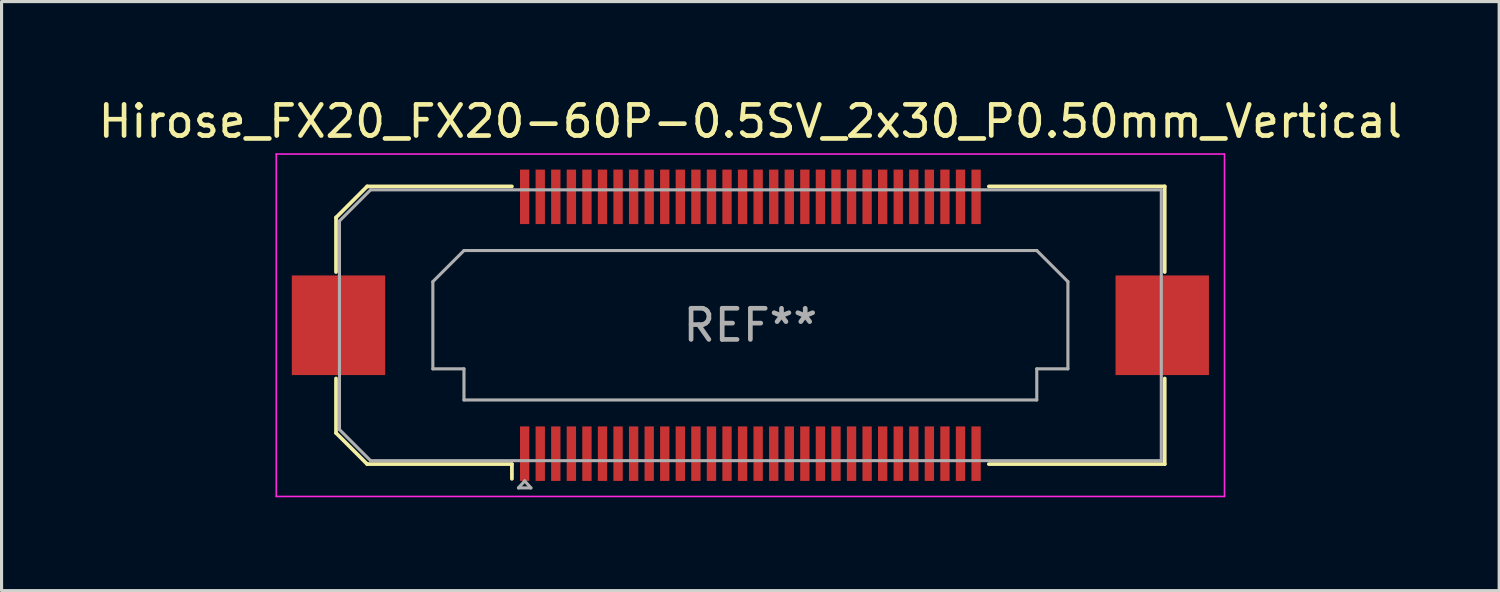
<source format=kicad_pcb>
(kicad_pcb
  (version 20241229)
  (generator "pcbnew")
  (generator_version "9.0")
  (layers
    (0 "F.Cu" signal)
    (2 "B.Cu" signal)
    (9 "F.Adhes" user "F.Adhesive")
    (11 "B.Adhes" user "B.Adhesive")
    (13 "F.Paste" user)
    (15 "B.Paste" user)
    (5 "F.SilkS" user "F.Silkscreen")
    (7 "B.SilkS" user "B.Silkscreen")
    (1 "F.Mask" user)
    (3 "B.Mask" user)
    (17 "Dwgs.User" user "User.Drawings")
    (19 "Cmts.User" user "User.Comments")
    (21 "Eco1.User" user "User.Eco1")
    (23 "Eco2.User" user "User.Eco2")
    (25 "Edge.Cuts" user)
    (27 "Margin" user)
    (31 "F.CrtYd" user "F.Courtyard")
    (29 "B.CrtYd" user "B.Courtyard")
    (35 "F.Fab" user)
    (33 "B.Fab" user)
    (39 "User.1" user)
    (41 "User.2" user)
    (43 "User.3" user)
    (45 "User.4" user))
  (footprint "Hirose_FX20_FX20-60P-0.5SV_2x30_P0.50mm_Vertical"
    (layer "F.Cu")
    (at 21.054 7.398)
    (property "Reference" "Hirose_FX20_FX20-60P-0.5SV_2x30_P0.50mm_Vertical" (at 0 -6.55 0) (layer "F.SilkS") (effects (font (size 1 1) (thickness 0.15))))
    (attr smd)
    (fp_line (start -13.31 -3.46) (end -12.31 -4.46) (stroke (width 0.12) (type solid)) (layer "F.SilkS"))
    (fp_line (start -13.31 -1.71) (end -13.31 -3.46) (stroke (width 0.12) (type solid)) (layer "F.SilkS"))
    (fp_line (start -13.31 3.46) (end -13.31 1.71) (stroke (width 0.12) (type solid)) (layer "F.SilkS"))
    (fp_line (start -12.31 -4.46) (end -7.66 -4.46) (stroke (width 0.12) (type solid)) (layer "F.SilkS"))
    (fp_line (start -12.31 4.46) (end -13.31 3.46) (stroke (width 0.12) (type solid)) (layer "F.SilkS"))
    (fp_line (start -7.66 4.46) (end -12.31 4.46) (stroke (width 0.12) (type solid)) (layer "F.SilkS"))
    (fp_line (start -7.66 4.933) (end -7.66 4.46) (stroke (width 0.12) (type solid)) (layer "F.SilkS"))
    (fp_line (start 7.66 4.46) (end 13.31 4.46) (stroke (width 0.12) (type solid)) (layer "F.SilkS"))
    (fp_line (start 13.31 -4.46) (end 7.66 -4.46) (stroke (width 0.12) (type solid)) (layer "F.SilkS"))
    (fp_line (start 13.31 -1.71) (end 13.31 -4.46) (stroke (width 0.12) (type solid)) (layer "F.SilkS"))
    (fp_line (start 13.31 4.46) (end 13.31 1.71) (stroke (width 0.12) (type solid)) (layer "F.SilkS"))
    (fp_line (start -15.23 -5.5) (end -15.23 5.5) (stroke (width 0.05) (type solid)) (layer "F.CrtYd"))
    (fp_line (start -15.23 5.5) (end 15.23 5.5) (stroke (width 0.05) (type solid)) (layer "F.CrtYd"))
    (fp_line (start 15.23 -5.5) (end -15.23 -5.5) (stroke (width 0.05) (type solid)) (layer "F.CrtYd"))
    (fp_line (start 15.23 5.5) (end 15.23 -5.5) (stroke (width 0.05) (type solid)) (layer "F.CrtYd"))
    (fp_line (start -13.2 -3.35) (end -12.2 -4.35) (stroke (width 0.1) (type solid)) (layer "F.Fab"))
    (fp_line (start -13.2 3.35) (end -13.2 -3.35) (stroke (width 0.1) (type solid)) (layer "F.Fab"))
    (fp_line (start -12.2 -4.35) (end 13.2 -4.35) (stroke (width 0.1) (type solid)) (layer "F.Fab"))
    (fp_line (start -12.2 4.35) (end -13.2 3.35) (stroke (width 0.1) (type solid)) (layer "F.Fab"))
    (fp_line (start -10.2 -1.4) (end -9.2 -2.4) (stroke (width 0.1) (type solid)) (layer "F.Fab"))
    (fp_line (start -10.2 1.4) (end -10.2 -1.4) (stroke (width 0.1) (type solid)) (layer "F.Fab"))
    (fp_line (start -9.2 -2.4) (end 9.2 -2.4) (stroke (width 0.1) (type solid)) (layer "F.Fab"))
    (fp_line (start -9.2 1.4) (end -10.2 1.4) (stroke (width 0.1) (type solid)) (layer "F.Fab"))
    (fp_line (start -9.2 2.4) (end -9.2 1.4) (stroke (width 0.1) (type solid)) (layer "F.Fab"))
    (fp_line (start -7.45 5.225) (end -7.25 5) (stroke (width 0.1) (type solid)) (layer "F.Fab"))
    (fp_line (start -7.25 5) (end -7.05 5.225) (stroke (width 0.1) (type solid)) (layer "F.Fab"))
    (fp_line (start -7.05 5.225) (end -7.45 5.225) (stroke (width 0.1) (type solid)) (layer "F.Fab"))
    (fp_line (start 9.2 -2.4) (end 10.2 -1.4) (stroke (width 0.1) (type solid)) (layer "F.Fab"))
    (fp_line (start 9.2 1.4) (end 9.2 2.4) (stroke (width 0.1) (type solid)) (layer "F.Fab"))
    (fp_line (start 9.2 2.4) (end -9.2 2.4) (stroke (width 0.1) (type solid)) (layer "F.Fab"))
    (fp_line (start 10.2 -1.4) (end 10.2 1.4) (stroke (width 0.1) (type solid)) (layer "F.Fab"))
    (fp_line (start 10.2 1.4) (end 9.2 1.4) (stroke (width 0.1) (type solid)) (layer "F.Fab"))
    (fp_line (start 13.2 -4.35) (end 13.2 4.35) (stroke (width 0.1) (type solid)) (layer "F.Fab"))
    (fp_line (start 13.2 4.35) (end -12.2 4.35) (stroke (width 0.1) (type solid)) (layer "F.Fab"))
    (fp_text user "REF**" (at 0 0 0) (layer "F.Fab") (effects (font (size 1 1) (thickness 0.15))))
    (pad "" smd rect (at -13.23 0) (size 2.98 3.18) (layers "F.Paste"))
    (pad "" smd rect (at -13.23 0) (size 3 3.2) (layers "F.Cu" "F.Mask"))
    (pad "" smd rect (at -7.25 -4.325) (size 0.28 1.35) (layers "F.Paste"))
    (pad "" smd rect (at -7.25 4.325) (size 0.28 1.35) (layers "F.Paste"))
    (pad "" smd rect (at -6.75 -4.325) (size 0.28 1.35) (layers "F.Paste"))
    (pad "" smd rect (at -6.75 4.325) (size 0.28 1.35) (layers "F.Paste"))
    (pad "" smd rect (at -6.25 -4.325) (size 0.28 1.35) (layers "F.Paste"))
    (pad "" smd rect (at -6.25 4.325) (size 0.28 1.35) (layers "F.Paste"))
    (pad "" smd rect (at -5.75 -4.325) (size 0.28 1.35) (layers "F.Paste"))
    (pad "" smd rect (at -5.75 4.325) (size 0.28 1.35) (layers "F.Paste"))
    (pad "" smd rect (at -5.25 -4.325) (size 0.28 1.35) (layers "F.Paste"))
    (pad "" smd rect (at -5.25 4.325) (size 0.28 1.35) (layers "F.Paste"))
    (pad "" smd rect (at -4.75 -4.325) (size 0.28 1.35) (layers "F.Paste"))
    (pad "" smd rect (at -4.75 4.325) (size 0.28 1.35) (layers "F.Paste"))
    (pad "" smd rect (at -4.25 -4.325) (size 0.28 1.35) (layers "F.Paste"))
    (pad "" smd rect (at -4.25 4.325) (size 0.28 1.35) (layers "F.Paste"))
    (pad "" smd rect (at -3.75 -4.325) (size 0.28 1.35) (layers "F.Paste"))
    (pad "" smd rect (at -3.75 4.325) (size 0.28 1.35) (layers "F.Paste"))
    (pad "" smd rect (at -3.25 -4.325) (size 0.28 1.35) (layers "F.Paste"))
    (pad "" smd rect (at -3.25 4.325) (size 0.28 1.35) (layers "F.Paste"))
    (pad "" smd rect (at -2.75 -4.325) (size 0.28 1.35) (layers "F.Paste"))
    (pad "" smd rect (at -2.75 4.325) (size 0.28 1.35) (layers "F.Paste"))
    (pad "" smd rect (at -2.25 -4.325) (size 0.28 1.35) (layers "F.Paste"))
    (pad "" smd rect (at -2.25 4.325) (size 0.28 1.35) (layers "F.Paste"))
    (pad "" smd rect (at -1.75 -4.325) (size 0.28 1.35) (layers "F.Paste"))
    (pad "" smd rect (at -1.75 4.325) (size 0.28 1.35) (layers "F.Paste"))
    (pad "" smd rect (at -1.25 -4.325) (size 0.28 1.35) (layers "F.Paste"))
    (pad "" smd rect (at -1.25 4.325) (size 0.28 1.35) (layers "F.Paste"))
    (pad "" smd rect (at -0.75 -4.325) (size 0.28 1.35) (layers "F.Paste"))
    (pad "" smd rect (at -0.75 4.325) (size 0.28 1.35) (layers "F.Paste"))
    (pad "" smd rect (at -0.25 -4.325) (size 0.28 1.35) (layers "F.Paste"))
    (pad "" smd rect (at -0.25 4.325) (size 0.28 1.35) (layers "F.Paste"))
    (pad "" smd rect (at 0.25 -4.325) (size 0.28 1.35) (layers "F.Paste"))
    (pad "" smd rect (at 0.25 4.325) (size 0.28 1.35) (layers "F.Paste"))
    (pad "" smd rect (at 0.75 -4.325) (size 0.28 1.35) (layers "F.Paste"))
    (pad "" smd rect (at 0.75 4.325) (size 0.28 1.35) (layers "F.Paste"))
    (pad "" smd rect (at 1.25 -4.325) (size 0.28 1.35) (layers "F.Paste"))
    (pad "" smd rect (at 1.25 4.325) (size 0.28 1.35) (layers "F.Paste"))
    (pad "" smd rect (at 1.75 -4.325) (size 0.28 1.35) (layers "F.Paste"))
    (pad "" smd rect (at 1.75 4.325) (size 0.28 1.35) (layers "F.Paste"))
    (pad "" smd rect (at 2.25 -4.325) (size 0.28 1.35) (layers "F.Paste"))
    (pad "" smd rect (at 2.25 4.325) (size 0.28 1.35) (layers "F.Paste"))
    (pad "" smd rect (at 2.75 -4.325) (size 0.28 1.35) (layers "F.Paste"))
    (pad "" smd rect (at 2.75 4.325) (size 0.28 1.35) (layers "F.Paste"))
    (pad "" smd rect (at 3.25 -4.325) (size 0.28 1.35) (layers "F.Paste"))
    (pad "" smd rect (at 3.25 4.325) (size 0.28 1.35) (layers "F.Paste"))
    (pad "" smd rect (at 3.75 -4.325) (size 0.28 1.35) (layers "F.Paste"))
    (pad "" smd rect (at 3.75 4.325) (size 0.28 1.35) (layers "F.Paste"))
    (pad "" smd rect (at 4.25 -4.325) (size 0.28 1.35) (layers "F.Paste"))
    (pad "" smd rect (at 4.25 4.325) (size 0.28 1.35) (layers "F.Paste"))
    (pad "" smd rect (at 4.75 -4.325) (size 0.28 1.35) (layers "F.Paste"))
    (pad "" smd rect (at 4.75 4.325) (size 0.28 1.35) (layers "F.Paste"))
    (pad "" smd rect (at 5.25 -4.325) (size 0.28 1.35) (layers "F.Paste"))
    (pad "" smd rect (at 5.25 4.325) (size 0.28 1.35) (layers "F.Paste"))
    (pad "" smd rect (at 5.75 -4.325) (size 0.28 1.35) (layers "F.Paste"))
    (pad "" smd rect (at 5.75 4.325) (size 0.28 1.35) (layers "F.Paste"))
    (pad "" smd rect (at 6.25 -4.325) (size 0.28 1.35) (layers "F.Paste"))
    (pad "" smd rect (at 6.25 4.325) (size 0.28 1.35) (layers "F.Paste"))
    (pad "" smd rect (at 6.75 -4.325) (size 0.28 1.35) (layers "F.Paste"))
    (pad "" smd rect (at 6.75 4.325) (size 0.28 1.35) (layers "F.Paste"))
    (pad "" smd rect (at 7.25 -4.325) (size 0.28 1.35) (layers "F.Paste"))
    (pad "" smd rect (at 7.25 4.325) (size 0.28 1.35) (layers "F.Paste"))
    (pad "" smd rect (at 13.23 0) (size 2.98 3.18) (layers "F.Paste"))
    (pad "" smd rect (at 13.23 0) (size 3 3.2) (layers "F.Cu" "F.Mask"))
    (pad "1" smd rect (at -7.25 4.125) (size 0.3 1.75) (layers "F.Cu" "F.Mask"))
    (pad "2" smd rect (at -7.25 -4.125) (size 0.3 1.75) (layers "F.Cu" "F.Mask"))
    (pad "3" smd rect (at -6.75 4.125) (size 0.3 1.75) (layers "F.Cu" "F.Mask"))
    (pad "4" smd rect (at -6.75 -4.125) (size 0.3 1.75) (layers "F.Cu" "F.Mask"))
    (pad "5" smd rect (at -6.25 4.125) (size 0.3 1.75) (layers "F.Cu" "F.Mask"))
    (pad "6" smd rect (at -6.25 -4.125) (size 0.3 1.75) (layers "F.Cu" "F.Mask"))
    (pad "7" smd rect (at -5.75 4.125) (size 0.3 1.75) (layers "F.Cu" "F.Mask"))
    (pad "8" smd rect (at -5.75 -4.125) (size 0.3 1.75) (layers "F.Cu" "F.Mask"))
    (pad "9" smd rect (at -5.25 4.125) (size 0.3 1.75) (layers "F.Cu" "F.Mask"))
    (pad "10" smd rect (at -5.25 -4.125) (size 0.3 1.75) (layers "F.Cu" "F.Mask"))
    (pad "11" smd rect (at -4.75 4.125) (size 0.3 1.75) (layers "F.Cu" "F.Mask"))
    (pad "12" smd rect (at -4.75 -4.125) (size 0.3 1.75) (layers "F.Cu" "F.Mask"))
    (pad "13" smd rect (at -4.25 4.125) (size 0.3 1.75) (layers "F.Cu" "F.Mask"))
    (pad "14" smd rect (at -4.25 -4.125) (size 0.3 1.75) (layers "F.Cu" "F.Mask"))
    (pad "15" smd rect (at -3.75 4.125) (size 0.3 1.75) (layers "F.Cu" "F.Mask"))
    (pad "16" smd rect (at -3.75 -4.125) (size 0.3 1.75) (layers "F.Cu" "F.Mask"))
    (pad "17" smd rect (at -3.25 4.125) (size 0.3 1.75) (layers "F.Cu" "F.Mask"))
    (pad "18" smd rect (at -3.25 -4.125) (size 0.3 1.75) (layers "F.Cu" "F.Mask"))
    (pad "19" smd rect (at -2.75 4.125) (size 0.3 1.75) (layers "F.Cu" "F.Mask"))
    (pad "20" smd rect (at -2.75 -4.125) (size 0.3 1.75) (layers "F.Cu" "F.Mask"))
    (pad "21" smd rect (at -2.25 4.125) (size 0.3 1.75) (layers "F.Cu" "F.Mask"))
    (pad "22" smd rect (at -2.25 -4.125) (size 0.3 1.75) (layers "F.Cu" "F.Mask"))
    (pad "23" smd rect (at -1.75 4.125) (size 0.3 1.75) (layers "F.Cu" "F.Mask"))
    (pad "24" smd rect (at -1.75 -4.125) (size 0.3 1.75) (layers "F.Cu" "F.Mask"))
    (pad "25" smd rect (at -1.25 4.125) (size 0.3 1.75) (layers "F.Cu" "F.Mask"))
    (pad "26" smd rect (at -1.25 -4.125) (size 0.3 1.75) (layers "F.Cu" "F.Mask"))
    (pad "27" smd rect (at -0.75 4.125) (size 0.3 1.75) (layers "F.Cu" "F.Mask"))
    (pad "28" smd rect (at -0.75 -4.125) (size 0.3 1.75) (layers "F.Cu" "F.Mask"))
    (pad "29" smd rect (at -0.25 4.125) (size 0.3 1.75) (layers "F.Cu" "F.Mask"))
    (pad "30" smd rect (at -0.25 -4.125) (size 0.3 1.75) (layers "F.Cu" "F.Mask"))
    (pad "31" smd rect (at 0.25 4.125) (size 0.3 1.75) (layers "F.Cu" "F.Mask"))
    (pad "32" smd rect (at 0.25 -4.125) (size 0.3 1.75) (layers "F.Cu" "F.Mask"))
    (pad "33" smd rect (at 0.75 4.125) (size 0.3 1.75) (layers "F.Cu" "F.Mask"))
    (pad "34" smd rect (at 0.75 -4.125) (size 0.3 1.75) (layers "F.Cu" "F.Mask"))
    (pad "35" smd rect (at 1.25 4.125) (size 0.3 1.75) (layers "F.Cu" "F.Mask"))
    (pad "36" smd rect (at 1.25 -4.125) (size 0.3 1.75) (layers "F.Cu" "F.Mask"))
    (pad "37" smd rect (at 1.75 4.125) (size 0.3 1.75) (layers "F.Cu" "F.Mask"))
    (pad "38" smd rect (at 1.75 -4.125) (size 0.3 1.75) (layers "F.Cu" "F.Mask"))
    (pad "39" smd rect (at 2.25 4.125) (size 0.3 1.75) (layers "F.Cu" "F.Mask"))
    (pad "40" smd rect (at 2.25 -4.125) (size 0.3 1.75) (layers "F.Cu" "F.Mask"))
    (pad "41" smd rect (at 2.75 4.125) (size 0.3 1.75) (layers "F.Cu" "F.Mask"))
    (pad "42" smd rect (at 2.75 -4.125) (size 0.3 1.75) (layers "F.Cu" "F.Mask"))
    (pad "43" smd rect (at 3.25 4.125) (size 0.3 1.75) (layers "F.Cu" "F.Mask"))
    (pad "44" smd rect (at 3.25 -4.125) (size 0.3 1.75) (layers "F.Cu" "F.Mask"))
    (pad "45" smd rect (at 3.75 4.125) (size 0.3 1.75) (layers "F.Cu" "F.Mask"))
    (pad "46" smd rect (at 3.75 -4.125) (size 0.3 1.75) (layers "F.Cu" "F.Mask"))
    (pad "47" smd rect (at 4.25 4.125) (size 0.3 1.75) (layers "F.Cu" "F.Mask"))
    (pad "48" smd rect (at 4.25 -4.125) (size 0.3 1.75) (layers "F.Cu" "F.Mask"))
    (pad "49" smd rect (at 4.75 4.125) (size 0.3 1.75) (layers "F.Cu" "F.Mask"))
    (pad "50" smd rect (at 4.75 -4.125) (size 0.3 1.75) (layers "F.Cu" "F.Mask"))
    (pad "51" smd rect (at 5.25 4.125) (size 0.3 1.75) (layers "F.Cu" "F.Mask"))
    (pad "52" smd rect (at 5.25 -4.125) (size 0.3 1.75) (layers "F.Cu" "F.Mask"))
    (pad "53" smd rect (at 5.75 4.125) (size 0.3 1.75) (layers "F.Cu" "F.Mask"))
    (pad "54" smd rect (at 5.75 -4.125) (size 0.3 1.75) (layers "F.Cu" "F.Mask"))
    (pad "55" smd rect (at 6.25 4.125) (size 0.3 1.75) (layers "F.Cu" "F.Mask"))
    (pad "56" smd rect (at 6.25 -4.125) (size 0.3 1.75) (layers "F.Cu" "F.Mask"))
    (pad "57" smd rect (at 6.75 4.125) (size 0.3 1.75) (layers "F.Cu" "F.Mask"))
    (pad "58" smd rect (at 6.75 -4.125) (size 0.3 1.75) (layers "F.Cu" "F.Mask"))
    (pad "59" smd rect (at 7.25 4.125) (size 0.3 1.75) (layers "F.Cu" "F.Mask"))
    (pad "60" smd rect (at 7.25 -4.125) (size 0.3 1.75) (layers "F.Cu" "F.Mask")))
  (gr_rect
    (start -3 -3)
    (end 45.107 15.923)
    (stroke (width 0.1) (type default))
    (fill no)
    (layer "Edge.Cuts")))
</source>
